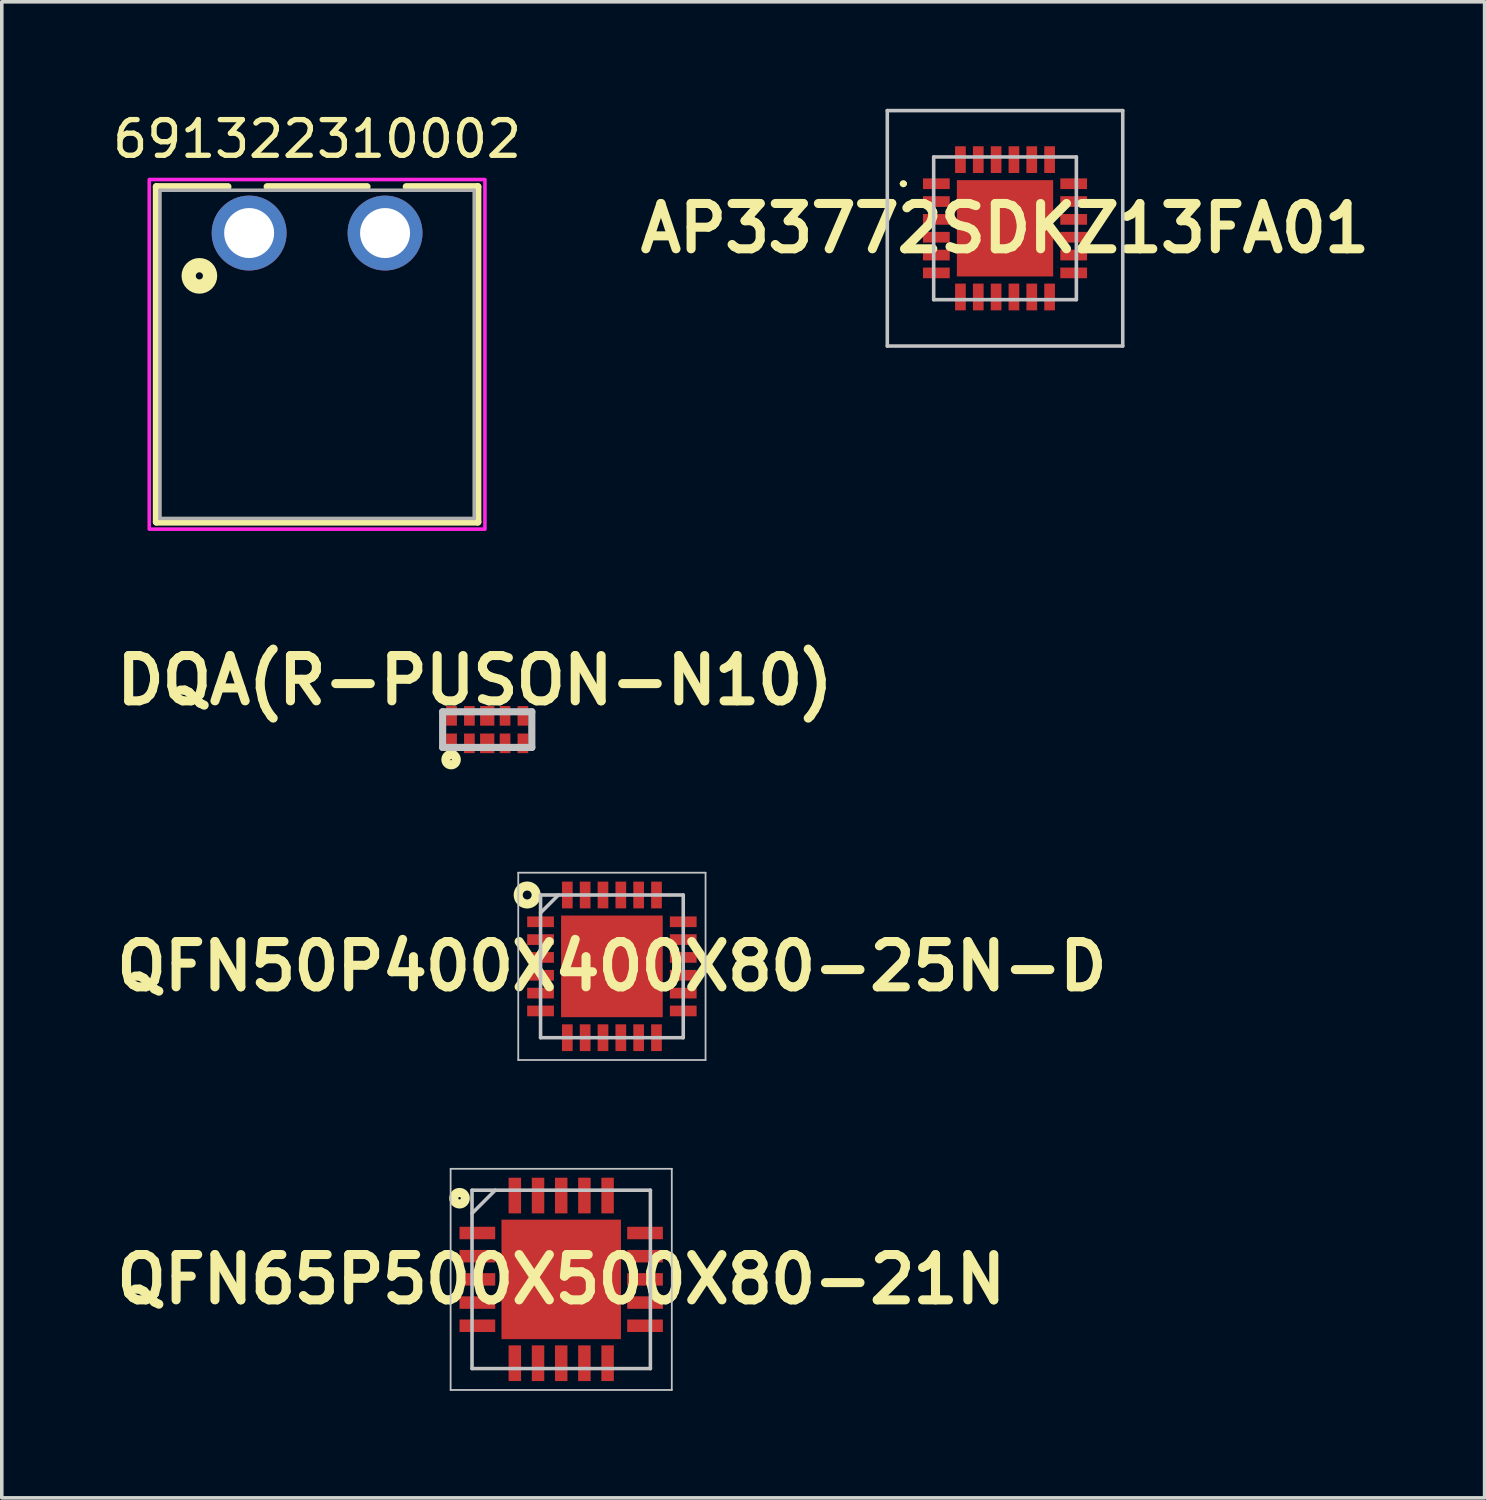
<source format=kicad_pcb>
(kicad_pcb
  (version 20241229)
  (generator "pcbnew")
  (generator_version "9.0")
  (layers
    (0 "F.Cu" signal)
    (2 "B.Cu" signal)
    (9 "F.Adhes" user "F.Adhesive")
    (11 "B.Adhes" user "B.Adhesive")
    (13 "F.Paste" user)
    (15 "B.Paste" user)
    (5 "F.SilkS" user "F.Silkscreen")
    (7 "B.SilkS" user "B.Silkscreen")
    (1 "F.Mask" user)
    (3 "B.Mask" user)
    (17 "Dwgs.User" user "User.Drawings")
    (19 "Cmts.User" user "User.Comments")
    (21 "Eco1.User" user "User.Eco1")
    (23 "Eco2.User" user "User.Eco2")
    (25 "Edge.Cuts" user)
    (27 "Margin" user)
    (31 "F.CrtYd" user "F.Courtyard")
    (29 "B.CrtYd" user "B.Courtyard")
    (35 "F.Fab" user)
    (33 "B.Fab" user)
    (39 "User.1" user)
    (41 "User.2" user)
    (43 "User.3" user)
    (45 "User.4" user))
  (footprint "QFN50P400X400X80-25N-D"
    (layer "F.Cu")
    (at 14.103 24.039)
    (property "Reference" "QFN50P400X400X80-25N-D" (at 0 0 0) (layer "F.SilkS") (effects (font (size 1.27 1.27) (thickness 0.254))))
    (attr smd)
    (fp_circle (center -2.375 -2) (end -2.25 -2) (stroke (width 0.254) (type solid)) (fill no) (layer "F.SilkS"))
    (fp_line (start -2.625 -2.625) (end 2.625 -2.625) (stroke (width 0.05) (type solid)) (layer "Dwgs.User"))
    (fp_line (start -2.625 2.625) (end -2.625 -2.625) (stroke (width 0.05) (type solid)) (layer "Dwgs.User"))
    (fp_line (start -2 -2) (end 2 -2) (stroke (width 0.1) (type solid)) (layer "Dwgs.User"))
    (fp_line (start -2 -1.5) (end -1.5 -2) (stroke (width 0.1) (type solid)) (layer "Dwgs.User"))
    (fp_line (start -2 2) (end -2 -2) (stroke (width 0.1) (type solid)) (layer "Dwgs.User"))
    (fp_line (start 2 -2) (end 2 2) (stroke (width 0.1) (type solid)) (layer "Dwgs.User"))
    (fp_line (start 2 2) (end -2 2) (stroke (width 0.1) (type solid)) (layer "Dwgs.User"))
    (fp_line (start 2.625 -2.625) (end 2.625 2.625) (stroke (width 0.05) (type solid)) (layer "Dwgs.User"))
    (fp_line (start 2.625 2.625) (end -2.625 2.625) (stroke (width 0.05) (type solid)) (layer "Dwgs.User"))
    (pad "1" smd rect (at -2 -1.25 90) (size 0.3 0.75) (layers "F.Cu" "F.Mask" "F.Paste"))
    (pad "2" smd rect (at -2 -0.75 90) (size 0.3 0.75) (layers "F.Cu" "F.Mask" "F.Paste"))
    (pad "3" smd rect (at -2 -0.25 90) (size 0.3 0.75) (layers "F.Cu" "F.Mask" "F.Paste"))
    (pad "4" smd rect (at -2 0.25 90) (size 0.3 0.75) (layers "F.Cu" "F.Mask" "F.Paste"))
    (pad "5" smd rect (at -2 0.75 90) (size 0.3 0.75) (layers "F.Cu" "F.Mask" "F.Paste"))
    (pad "6" smd rect (at -2 1.25 90) (size 0.3 0.75) (layers "F.Cu" "F.Mask" "F.Paste"))
    (pad "7" smd rect (at -1.25 2) (size 0.3 0.75) (layers "F.Cu" "F.Mask" "F.Paste"))
    (pad "8" smd rect (at -0.75 2) (size 0.3 0.75) (layers "F.Cu" "F.Mask" "F.Paste"))
    (pad "9" smd rect (at -0.25 2) (size 0.3 0.75) (layers "F.Cu" "F.Mask" "F.Paste"))
    (pad "10" smd rect (at 0.25 2) (size 0.3 0.75) (layers "F.Cu" "F.Mask" "F.Paste"))
    (pad "11" smd rect (at 0.75 2) (size 0.3 0.75) (layers "F.Cu" "F.Mask" "F.Paste"))
    (pad "12" smd rect (at 1.25 2) (size 0.3 0.75) (layers "F.Cu" "F.Mask" "F.Paste"))
    (pad "13" smd rect (at 2 1.25 90) (size 0.3 0.75) (layers "F.Cu" "F.Mask" "F.Paste"))
    (pad "14" smd rect (at 2 0.75 90) (size 0.3 0.75) (layers "F.Cu" "F.Mask" "F.Paste"))
    (pad "15" smd rect (at 2 0.25 90) (size 0.3 0.75) (layers "F.Cu" "F.Mask" "F.Paste"))
    (pad "16" smd rect (at 2 -0.25 90) (size 0.3 0.75) (layers "F.Cu" "F.Mask" "F.Paste"))
    (pad "17" smd rect (at 2 -0.75 90) (size 0.3 0.75) (layers "F.Cu" "F.Mask" "F.Paste"))
    (pad "18" smd rect (at 2 -1.25 90) (size 0.3 0.75) (layers "F.Cu" "F.Mask" "F.Paste"))
    (pad "19" smd rect (at 1.25 -2) (size 0.3 0.75) (layers "F.Cu" "F.Mask" "F.Paste"))
    (pad "20" smd rect (at 0.75 -2) (size 0.3 0.75) (layers "F.Cu" "F.Mask" "F.Paste"))
    (pad "21" smd rect (at 0.25 -2) (size 0.3 0.75) (layers "F.Cu" "F.Mask" "F.Paste"))
    (pad "22" smd rect (at -0.25 -2) (size 0.3 0.75) (layers "F.Cu" "F.Mask" "F.Paste"))
    (pad "23" smd rect (at -0.75 -2) (size 0.3 0.75) (layers "F.Cu" "F.Mask" "F.Paste"))
    (pad "24" smd rect (at -1.25 -2) (size 0.3 0.75) (layers "F.Cu" "F.Mask" "F.Paste"))
    (pad "25" smd rect (at 0 0) (size 2.85 2.85) (layers "F.Cu" "F.Mask" "F.Paste")))
  (footprint "DQA(R-PUSON-N10)"
    (layer "F.Cu")
    (at 10.608 17.402)
    (property "Reference" "DQA(R-PUSON-N10)" (at -0.345 -1.38 0) (layer "F.SilkS") (effects (font (size 1.27 1.27) (thickness 0.254))))
    (attr smd)
    (fp_circle (center -1.013 0.842) (end -1.032 0.842) (stroke (width 0.254) (type solid)) (fill no) (layer "F.SilkS"))
    (fp_line (start -1.25 -0.5) (end 1.25 -0.5) (stroke (width 0.2) (type solid)) (layer "Dwgs.User"))
    (fp_line (start -1.25 0.5) (end -1.25 -0.5) (stroke (width 0.2) (type solid)) (layer "Dwgs.User"))
    (fp_line (start 1.25 -0.5) (end 1.25 0.5) (stroke (width 0.2) (type solid)) (layer "Dwgs.User"))
    (fp_line (start 1.25 0.5) (end -1.25 0.5) (stroke (width 0.2) (type solid)) (layer "Dwgs.User"))
    (pad "1" smd rect (at -1 0.385) (size 0.3 0.55) (layers "F.Cu" "F.Mask" "F.Paste"))
    (pad "2" smd rect (at -0.5 0.385) (size 0.3 0.55) (layers "F.Cu" "F.Mask" "F.Paste"))
    (pad "3" smd rect (at 0 0.385) (size 0.4 0.55) (layers "F.Cu" "F.Mask" "F.Paste"))
    (pad "4" smd rect (at 0.5 0.385) (size 0.3 0.55) (layers "F.Cu" "F.Mask" "F.Paste"))
    (pad "5" smd rect (at 1 0.385) (size 0.3 0.55) (layers "F.Cu" "F.Mask" "F.Paste"))
    (pad "6" smd rect (at 1 -0.385) (size 0.3 0.55) (layers "F.Cu" "F.Mask" "F.Paste"))
    (pad "7" smd rect (at 0.5 -0.385) (size 0.3 0.55) (layers "F.Cu" "F.Mask" "F.Paste"))
    (pad "8" smd rect (at 0 -0.385) (size 0.4 0.55) (layers "F.Cu" "F.Mask" "F.Paste"))
    (pad "9" smd rect (at -0.5 -0.385) (size 0.3 0.55) (layers "F.Cu" "F.Mask" "F.Paste"))
    (pad "10" smd rect (at -1 -0.385) (size 0.3 0.55) (layers "F.Cu" "F.Mask" "F.Paste")))
  (footprint "QFN65P500X500X80-21N"
    (layer "F.Cu")
    (at 12.682 32.814)
    (property "Reference" "QFN65P500X500X80-21N" (at 0 0 0) (layer "F.SilkS") (effects (font (size 1.27 1.27) (thickness 0.254))))
    (attr smd)
    (fp_circle (center -2.85 -2.275) (end -2.688 -2.275) (stroke (width 0.254) (type solid)) (fill no) (layer "F.SilkS"))
    (fp_line (start -3.1 -3.1) (end 3.1 -3.1) (stroke (width 0.05) (type solid)) (layer "Dwgs.User"))
    (fp_line (start -3.1 3.1) (end -3.1 -3.1) (stroke (width 0.05) (type solid)) (layer "Dwgs.User"))
    (fp_line (start -2.5 -2.5) (end 2.5 -2.5) (stroke (width 0.1) (type solid)) (layer "Dwgs.User"))
    (fp_line (start -2.5 -1.85) (end -1.85 -2.5) (stroke (width 0.1) (type solid)) (layer "Dwgs.User"))
    (fp_line (start -2.5 2.5) (end -2.5 -2.5) (stroke (width 0.1) (type solid)) (layer "Dwgs.User"))
    (fp_line (start 2.5 -2.5) (end 2.5 2.5) (stroke (width 0.1) (type solid)) (layer "Dwgs.User"))
    (fp_line (start 2.5 2.5) (end -2.5 2.5) (stroke (width 0.1) (type solid)) (layer "Dwgs.User"))
    (fp_line (start 3.1 -3.1) (end 3.1 3.1) (stroke (width 0.05) (type solid)) (layer "Dwgs.User"))
    (fp_line (start 3.1 3.1) (end -3.1 3.1) (stroke (width 0.05) (type solid)) (layer "Dwgs.User"))
    (pad "1" smd rect (at -2.35 -1.3 90) (size 0.35 1) (layers "F.Cu" "F.Mask" "F.Paste"))
    (pad "2" smd rect (at -2.35 -0.65 90) (size 0.35 1) (layers "F.Cu" "F.Mask" "F.Paste"))
    (pad "3" smd rect (at -2.35 0 90) (size 0.35 1) (layers "F.Cu" "F.Mask" "F.Paste"))
    (pad "4" smd rect (at -2.35 0.65 90) (size 0.35 1) (layers "F.Cu" "F.Mask" "F.Paste"))
    (pad "5" smd rect (at -2.35 1.3 90) (size 0.35 1) (layers "F.Cu" "F.Mask" "F.Paste"))
    (pad "6" smd rect (at -1.3 2.35) (size 0.35 1) (layers "F.Cu" "F.Mask" "F.Paste"))
    (pad "7" smd rect (at -0.65 2.35) (size 0.35 1) (layers "F.Cu" "F.Mask" "F.Paste"))
    (pad "8" smd rect (at 0 2.35) (size 0.35 1) (layers "F.Cu" "F.Mask" "F.Paste"))
    (pad "9" smd rect (at 0.65 2.35) (size 0.35 1) (layers "F.Cu" "F.Mask" "F.Paste"))
    (pad "10" smd rect (at 1.3 2.35) (size 0.35 1) (layers "F.Cu" "F.Mask" "F.Paste"))
    (pad "11" smd rect (at 2.35 1.3 90) (size 0.35 1) (layers "F.Cu" "F.Mask" "F.Paste"))
    (pad "12" smd rect (at 2.35 0.65 90) (size 0.35 1) (layers "F.Cu" "F.Mask" "F.Paste"))
    (pad "13" smd rect (at 2.35 0 90) (size 0.35 1) (layers "F.Cu" "F.Mask" "F.Paste"))
    (pad "14" smd rect (at 2.35 -0.65 90) (size 0.35 1) (layers "F.Cu" "F.Mask" "F.Paste"))
    (pad "15" smd rect (at 2.35 -1.3 90) (size 0.35 1) (layers "F.Cu" "F.Mask" "F.Paste"))
    (pad "16" smd rect (at 1.3 -2.35) (size 0.35 1) (layers "F.Cu" "F.Mask" "F.Paste"))
    (pad "17" smd rect (at 0.65 -2.35) (size 0.35 1) (layers "F.Cu" "F.Mask" "F.Paste"))
    (pad "18" smd rect (at 0 -2.35) (size 0.35 1) (layers "F.Cu" "F.Mask" "F.Paste"))
    (pad "19" smd rect (at -0.65 -2.35) (size 0.35 1) (layers "F.Cu" "F.Mask" "F.Paste"))
    (pad "20" smd rect (at -1.3 -2.35) (size 0.35 1) (layers "F.Cu" "F.Mask" "F.Paste"))
    (pad "21" smd rect (at 0 0) (size 3.35 3.35) (layers "F.Cu" "F.Mask" "F.Paste")))
  (footprint "AP33772SDKZ13FA01"
    (layer "F.Cu")
    (at 25.123 3.35)
    (property "Reference" "AP33772SDKZ13FA01" (at 0 0 0) (layer "F.SilkS") (effects (font (size 1.27 1.27) (thickness 0.254))))
    (attr smd)
    (fp_line (start -2.9 -1.25) (end -2.9 -1.25) (stroke (width 0.1) (type solid)) (layer "F.SilkS"))
    (fp_line (start -2.8 -1.25) (end -2.8 -1.25) (stroke (width 0.1) (type solid)) (layer "F.SilkS"))
    (fp_arc (start -2.9 -1.25) (mid -2.85 -1.3) (end -2.8 -1.25) (stroke (width 0.1) (type solid)) (layer "F.SilkS"))
    (fp_arc (start -2.8 -1.25) (mid -2.85 -1.2) (end -2.9 -1.25) (stroke (width 0.1) (type solid)) (layer "F.SilkS"))
    (fp_line (start -3.3 -3.3) (end 3.3 -3.3) (stroke (width 0.1) (type solid)) (layer "Dwgs.User"))
    (fp_line (start -3.3 3.3) (end -3.3 -3.3) (stroke (width 0.1) (type solid)) (layer "Dwgs.User"))
    (fp_line (start -2 -2) (end 2 -2) (stroke (width 0.1) (type solid)) (layer "Dwgs.User"))
    (fp_line (start -2 2) (end -2 -2) (stroke (width 0.1) (type solid)) (layer "Dwgs.User"))
    (fp_line (start 2 -2) (end 2 2) (stroke (width 0.1) (type solid)) (layer "Dwgs.User"))
    (fp_line (start 2 2) (end -2 2) (stroke (width 0.1) (type solid)) (layer "Dwgs.User"))
    (fp_line (start 3.3 -3.3) (end 3.3 3.3) (stroke (width 0.1) (type solid)) (layer "Dwgs.User"))
    (fp_line (start 3.3 3.3) (end -3.3 3.3) (stroke (width 0.1) (type solid)) (layer "Dwgs.User"))
    (pad "1" smd rect (at -1.925 -1.25 90) (size 0.3 0.75) (layers "F.Cu" "F.Mask" "F.Paste"))
    (pad "2" smd rect (at -1.925 -0.75 90) (size 0.3 0.75) (layers "F.Cu" "F.Mask" "F.Paste"))
    (pad "3" smd rect (at -1.925 -0.25 90) (size 0.3 0.75) (layers "F.Cu" "F.Mask" "F.Paste"))
    (pad "4" smd rect (at -1.925 0.25 90) (size 0.3 0.75) (layers "F.Cu" "F.Mask" "F.Paste"))
    (pad "5" smd rect (at -1.925 0.75 90) (size 0.3 0.75) (layers "F.Cu" "F.Mask" "F.Paste"))
    (pad "6" smd rect (at -1.925 1.25 90) (size 0.3 0.75) (layers "F.Cu" "F.Mask" "F.Paste"))
    (pad "7" smd rect (at -1.25 1.925) (size 0.3 0.75) (layers "F.Cu" "F.Mask" "F.Paste"))
    (pad "8" smd rect (at -0.75 1.925) (size 0.3 0.75) (layers "F.Cu" "F.Mask" "F.Paste"))
    (pad "9" smd rect (at -0.25 1.925) (size 0.3 0.75) (layers "F.Cu" "F.Mask" "F.Paste"))
    (pad "10" smd rect (at 0.25 1.925) (size 0.3 0.75) (layers "F.Cu" "F.Mask" "F.Paste"))
    (pad "11" smd rect (at 0.75 1.925) (size 0.3 0.75) (layers "F.Cu" "F.Mask" "F.Paste"))
    (pad "12" smd rect (at 1.25 1.925) (size 0.3 0.75) (layers "F.Cu" "F.Mask" "F.Paste"))
    (pad "13" smd rect (at 1.925 1.25 90) (size 0.3 0.75) (layers "F.Cu" "F.Mask" "F.Paste"))
    (pad "14" smd rect (at 1.925 0.75 90) (size 0.3 0.75) (layers "F.Cu" "F.Mask" "F.Paste"))
    (pad "15" smd rect (at 1.925 0.25 90) (size 0.3 0.75) (layers "F.Cu" "F.Mask" "F.Paste"))
    (pad "16" smd rect (at 1.925 -0.25 90) (size 0.3 0.75) (layers "F.Cu" "F.Mask" "F.Paste"))
    (pad "17" smd rect (at 1.925 -0.75 90) (size 0.3 0.75) (layers "F.Cu" "F.Mask" "F.Paste"))
    (pad "18" smd rect (at 1.925 -1.25 90) (size 0.3 0.75) (layers "F.Cu" "F.Mask" "F.Paste"))
    (pad "19" smd rect (at 1.25 -1.925) (size 0.3 0.75) (layers "F.Cu" "F.Mask" "F.Paste"))
    (pad "20" smd rect (at 0.75 -1.925) (size 0.3 0.75) (layers "F.Cu" "F.Mask" "F.Paste"))
    (pad "21" smd rect (at 0.25 -1.925) (size 0.3 0.75) (layers "F.Cu" "F.Mask" "F.Paste"))
    (pad "22" smd rect (at -0.25 -1.925) (size 0.3 0.75) (layers "F.Cu" "F.Mask" "F.Paste"))
    (pad "23" smd rect (at -0.75 -1.925) (size 0.3 0.75) (layers "F.Cu" "F.Mask" "F.Paste"))
    (pad "24" smd rect (at -1.25 -1.925) (size 0.3 0.75) (layers "F.Cu" "F.Mask" "F.Paste"))
    (pad "25" smd rect (at 0 0 90) (size 2.7 2.7) (layers "F.Cu" "F.Mask" "F.Paste")))
  (footprint "691322310002"
    (layer "F.Cu")
    (at 5.839 3.483)
    (property "Reference" "691322310002" (at 0 -2.635 0) (layer "F.SilkS") (effects (font (size 1 1) (thickness 0.15))))
    (attr through_hole)
    (fp_line (start -4.505 -1.3) (end -2.5 -1.3) (stroke (width 0.2) (type solid)) (layer "F.SilkS"))
    (fp_line (start -4.505 8.1) (end -4.505 -1.3) (stroke (width 0.2) (type solid)) (layer "F.SilkS"))
    (fp_line (start -1.4 -1.3) (end 1.4 -1.3) (stroke (width 0.2) (type solid)) (layer "F.SilkS"))
    (fp_line (start 2.5 -1.3) (end 4.505 -1.3) (stroke (width 0.2) (type solid)) (layer "F.SilkS"))
    (fp_line (start 4.505 -1.3) (end 4.505 8.1) (stroke (width 0.2) (type solid)) (layer "F.SilkS"))
    (fp_line (start 4.505 8.1) (end -4.505 8.1) (stroke (width 0.2) (type solid)) (layer "F.SilkS"))
    (fp_circle (center -3.3 1.2) (end -3.2 1.2) (stroke (width 0.4) (type solid)) (fill no) (layer "F.SilkS"))
    (fp_poly (pts (xy -4.705 -1.5) (xy 4.705 -1.5) (xy 4.705 8.3) (xy -4.705 8.3)) (stroke (width 0.1) (type solid)) (fill no) (layer "F.CrtYd"))
    (fp_line (start -4.405 -1.2) (end -4.405 8) (stroke (width 0.1) (type solid)) (layer "F.Fab"))
    (fp_line (start -4.405 8) (end 4.405 8) (stroke (width 0.1) (type solid)) (layer "F.Fab"))
    (fp_line (start 4.405 -1.2) (end -4.405 -1.2) (stroke (width 0.1) (type solid)) (layer "F.Fab"))
    (fp_line (start 4.405 8) (end 4.405 -1.2) (stroke (width 0.1) (type solid)) (layer "F.Fab"))
    (pad "1" thru_hole circle (at -1.905 0) (size 2.1 2.1) (drill 1.4) (layers "*.Cu" "*.Mask"))
    (pad "2" thru_hole circle (at 1.905 0) (size 2.1 2.1) (drill 1.4) (layers "*.Cu" "*.Mask")))
  (gr_rect
    (start -3 -3)
    (end 38.567 38.939)
    (stroke (width 0.1) (type default))
    (fill no)
    (layer "Edge.Cuts")))
</source>
